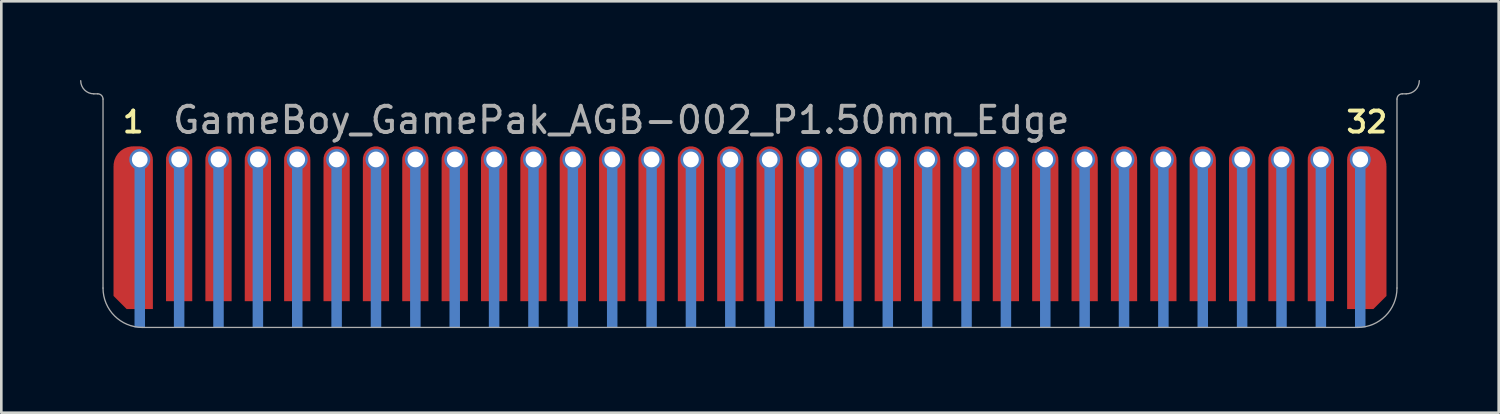
<source format=kicad_pcb>
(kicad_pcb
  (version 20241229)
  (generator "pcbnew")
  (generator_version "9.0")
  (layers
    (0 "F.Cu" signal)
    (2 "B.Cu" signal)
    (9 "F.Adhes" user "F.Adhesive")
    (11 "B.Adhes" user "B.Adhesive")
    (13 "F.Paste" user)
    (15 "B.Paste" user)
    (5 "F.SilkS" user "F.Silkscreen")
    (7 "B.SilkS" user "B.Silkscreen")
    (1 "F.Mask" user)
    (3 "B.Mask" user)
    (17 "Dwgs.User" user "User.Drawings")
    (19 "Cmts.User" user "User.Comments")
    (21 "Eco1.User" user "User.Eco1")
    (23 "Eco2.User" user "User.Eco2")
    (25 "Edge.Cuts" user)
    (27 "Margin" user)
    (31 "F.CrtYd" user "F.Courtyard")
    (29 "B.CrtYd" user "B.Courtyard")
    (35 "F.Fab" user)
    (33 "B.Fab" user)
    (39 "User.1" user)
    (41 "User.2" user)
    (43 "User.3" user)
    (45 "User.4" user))
  (footprint "GameBoy_GamePak_AGB-002_P1.50mm_Edge"
    (layer "F.Cu")
    (at 25.525 9.425)
    (property "Reference" "GameBoy_GamePak_AGB-002_P1.50mm_Edge" (at -22.075 -7.9 0) (layer "F.Fab") (effects (font (size 1 1) (thickness 0.15)) (justify left)))
    (attr through_hole)
    (fp_poly (pts (xy -22.25 -5.7) (xy -21.25 -5.7) (xy -21.25 -1) (xy -22.25 -1)) (stroke (width 0) (type solid)) (fill yes) (layer "F.Mask"))
    (fp_poly (pts (xy -20.75 -5.7) (xy -19.75 -5.7) (xy -19.75 -1) (xy -20.75 -1)) (stroke (width 0) (type solid)) (fill yes) (layer "F.Mask"))
    (fp_poly (pts (xy -19.25 -5.7) (xy -18.25 -5.7) (xy -18.25 -1) (xy -19.25 -1)) (stroke (width 0) (type solid)) (fill yes) (layer "F.Mask"))
    (fp_poly (pts (xy -17.75 -5.7) (xy -16.75 -5.7) (xy -16.75 -1) (xy -17.75 -1)) (stroke (width 0) (type solid)) (fill yes) (layer "F.Mask"))
    (fp_poly (pts (xy -16.25 -5.7) (xy -15.25 -5.7) (xy -15.25 -1) (xy -16.25 -1)) (stroke (width 0) (type solid)) (fill yes) (layer "F.Mask"))
    (fp_poly (pts (xy -14.75 -5.7) (xy -13.75 -5.7) (xy -13.75 -1) (xy -14.75 -1)) (stroke (width 0) (type solid)) (fill yes) (layer "F.Mask"))
    (fp_poly (pts (xy -13.25 -5.7) (xy -12.25 -5.7) (xy -12.25 -1) (xy -13.25 -1)) (stroke (width 0) (type solid)) (fill yes) (layer "F.Mask"))
    (fp_poly (pts (xy -11.75 -5.7) (xy -10.75 -5.7) (xy -10.75 -1) (xy -11.75 -1)) (stroke (width 0) (type solid)) (fill yes) (layer "F.Mask"))
    (fp_poly (pts (xy -10.25 -5.7) (xy -9.25 -5.7) (xy -9.25 -1) (xy -10.25 -1)) (stroke (width 0) (type solid)) (fill yes) (layer "F.Mask"))
    (fp_poly (pts (xy -8.75 -5.7) (xy -7.75 -5.7) (xy -7.75 -1) (xy -8.75 -1)) (stroke (width 0) (type solid)) (fill yes) (layer "F.Mask"))
    (fp_poly (pts (xy -7.25 -5.7) (xy -6.25 -5.7) (xy -6.25 -1) (xy -7.25 -1)) (stroke (width 0) (type solid)) (fill yes) (layer "F.Mask"))
    (fp_poly (pts (xy -5.75 -5.7) (xy -4.75 -5.7) (xy -4.75 -1) (xy -5.75 -1)) (stroke (width 0) (type solid)) (fill yes) (layer "F.Mask"))
    (fp_poly (pts (xy -4.25 -5.7) (xy -3.25 -5.7) (xy -3.25 -1) (xy -4.25 -1)) (stroke (width 0) (type solid)) (fill yes) (layer "F.Mask"))
    (fp_poly (pts (xy -2.75 -5.7) (xy -1.75 -5.7) (xy -1.75 -1) (xy -2.75 -1)) (stroke (width 0) (type solid)) (fill yes) (layer "F.Mask"))
    (fp_poly (pts (xy -1.25 -5.7) (xy -0.25 -5.7) (xy -0.25 -1) (xy -1.25 -1)) (stroke (width 0) (type solid)) (fill yes) (layer "F.Mask"))
    (fp_poly (pts (xy 0.25 -5.7) (xy 1.25 -5.7) (xy 1.25 -1) (xy 0.25 -1)) (stroke (width 0) (type solid)) (fill yes) (layer "F.Mask"))
    (fp_poly (pts (xy 1.75 -5.7) (xy 2.75 -5.7) (xy 2.75 -1) (xy 1.75 -1)) (stroke (width 0) (type solid)) (fill yes) (layer "F.Mask"))
    (fp_poly (pts (xy 3.25 -5.7) (xy 4.25 -5.7) (xy 4.25 -1) (xy 3.25 -1)) (stroke (width 0) (type solid)) (fill yes) (layer "F.Mask"))
    (fp_poly (pts (xy 4.75 -5.7) (xy 5.75 -5.7) (xy 5.75 -1) (xy 4.75 -1)) (stroke (width 0) (type solid)) (fill yes) (layer "F.Mask"))
    (fp_poly (pts (xy 6.25 -5.7) (xy 7.25 -5.7) (xy 7.25 -1) (xy 6.25 -1)) (stroke (width 0) (type solid)) (fill yes) (layer "F.Mask"))
    (fp_poly (pts (xy 7.75 -5.7) (xy 8.75 -5.7) (xy 8.75 -1) (xy 7.75 -1)) (stroke (width 0) (type solid)) (fill yes) (layer "F.Mask"))
    (fp_poly (pts (xy 9.25 -5.7) (xy 10.25 -5.7) (xy 10.25 -1) (xy 9.25 -1)) (stroke (width 0) (type solid)) (fill yes) (layer "F.Mask"))
    (fp_poly (pts (xy 10.75 -5.7) (xy 11.75 -5.7) (xy 11.75 -1) (xy 10.75 -1)) (stroke (width 0) (type solid)) (fill yes) (layer "F.Mask"))
    (fp_poly (pts (xy 12.25 -5.7) (xy 13.25 -5.7) (xy 13.25 -1) (xy 12.25 -1)) (stroke (width 0) (type solid)) (fill yes) (layer "F.Mask"))
    (fp_poly (pts (xy 13.75 -5.7) (xy 14.75 -5.7) (xy 14.75 -1) (xy 13.75 -1)) (stroke (width 0) (type solid)) (fill yes) (layer "F.Mask"))
    (fp_poly (pts (xy 15.25 -5.7) (xy 16.25 -5.7) (xy 16.25 -1) (xy 15.25 -1)) (stroke (width 0) (type solid)) (fill yes) (layer "F.Mask"))
    (fp_poly (pts (xy 16.75 -5.7) (xy 17.75 -5.7) (xy 17.75 -1) (xy 16.75 -1)) (stroke (width 0) (type solid)) (fill yes) (layer "F.Mask"))
    (fp_poly (pts (xy 18.25 -5.7) (xy 19.25 -5.7) (xy 19.25 -1) (xy 18.25 -1)) (stroke (width 0) (type solid)) (fill yes) (layer "F.Mask"))
    (fp_poly (pts (xy 19.75 -5.7) (xy 20.75 -5.7) (xy 20.75 -1) (xy 19.75 -1)) (stroke (width 0) (type solid)) (fill yes) (layer "F.Mask"))
    (fp_poly (pts (xy 21.25 -5.7) (xy 22.25 -5.7) (xy 22.25 -1) (xy 21.25 -1)) (stroke (width 0) (type solid)) (fill yes) (layer "F.Mask"))
    (fp_poly (pts (xy 24.9 0.25) (xy -24.9 0.25) (xy -24.9 -5.7) (xy 24.9 -5.7)) (stroke (width 0) (type solid)) (fill yes) (layer "F.Mask"))
    (fp_poly (pts (xy -24.25 -5.7) (xy -22.75 -5.7) (xy -22.75 -0.7) (xy -23.75 -0.7) (xy -24.25 -1.2)) (stroke (width 0) (type solid)) (fill yes) (layer "F.Mask"))
    (fp_poly (pts (xy 22.75 -5.7) (xy 24.25 -5.7) (xy 24.25 -1.2) (xy 23.75 -0.7) (xy 22.75 -0.7)) (stroke (width 0) (type solid)) (fill yes) (layer "F.Mask"))
    (fp_poly (pts (xy -23.05 0) (xy -23.45 0) (xy -23.45 -6.1) (xy -23.05 -6.1)) (stroke (width 0) (type solid)) (fill yes) (layer "B.Cu"))
    (fp_poly (pts (xy -21.55 0) (xy -21.95 0) (xy -21.95 -6.1) (xy -21.55 -6.1)) (stroke (width 0) (type solid)) (fill yes) (layer "B.Cu"))
    (fp_poly (pts (xy -20.05 0) (xy -20.45 0) (xy -20.45 -6.1) (xy -20.05 -6.1)) (stroke (width 0) (type solid)) (fill yes) (layer "B.Cu"))
    (fp_poly (pts (xy -18.55 0) (xy -18.95 0) (xy -18.95 -6.1) (xy -18.55 -6.1)) (stroke (width 0) (type solid)) (fill yes) (layer "B.Cu"))
    (fp_poly (pts (xy -17.05 0) (xy -17.45 0) (xy -17.45 -6.1) (xy -17.05 -6.1)) (stroke (width 0) (type solid)) (fill yes) (layer "B.Cu"))
    (fp_poly (pts (xy -15.55 0) (xy -15.95 0) (xy -15.95 -6.1) (xy -15.55 -6.1)) (stroke (width 0) (type solid)) (fill yes) (layer "B.Cu"))
    (fp_poly (pts (xy -14.05 0) (xy -14.45 0) (xy -14.45 -6.1) (xy -14.05 -6.1)) (stroke (width 0) (type solid)) (fill yes) (layer "B.Cu"))
    (fp_poly (pts (xy -12.55 0) (xy -12.95 0) (xy -12.95 -6.1) (xy -12.55 -6.1)) (stroke (width 0) (type solid)) (fill yes) (layer "B.Cu"))
    (fp_poly (pts (xy -11.05 0) (xy -11.45 0) (xy -11.45 -6.1) (xy -11.05 -6.1)) (stroke (width 0) (type solid)) (fill yes) (layer "B.Cu"))
    (fp_poly (pts (xy -9.55 0) (xy -9.95 0) (xy -9.95 -6.1) (xy -9.55 -6.1)) (stroke (width 0) (type solid)) (fill yes) (layer "B.Cu"))
    (fp_poly (pts (xy -8.05 0) (xy -8.45 0) (xy -8.45 -6.1) (xy -8.05 -6.1)) (stroke (width 0) (type solid)) (fill yes) (layer "B.Cu"))
    (fp_poly (pts (xy -6.55 0) (xy -6.95 0) (xy -6.95 -6.1) (xy -6.55 -6.1)) (stroke (width 0) (type solid)) (fill yes) (layer "B.Cu"))
    (fp_poly (pts (xy -5.05 0) (xy -5.45 0) (xy -5.45 -6.1) (xy -5.05 -6.1)) (stroke (width 0) (type solid)) (fill yes) (layer "B.Cu"))
    (fp_poly (pts (xy -3.55 0) (xy -3.95 0) (xy -3.95 -6.1) (xy -3.55 -6.1)) (stroke (width 0) (type solid)) (fill yes) (layer "B.Cu"))
    (fp_poly (pts (xy -2.05 0) (xy -2.45 0) (xy -2.45 -6.1) (xy -2.05 -6.1)) (stroke (width 0) (type solid)) (fill yes) (layer "B.Cu"))
    (fp_poly (pts (xy -0.55 0) (xy -0.95 0) (xy -0.95 -6.1) (xy -0.55 -6.1)) (stroke (width 0) (type solid)) (fill yes) (layer "B.Cu"))
    (fp_poly (pts (xy 0.95 0) (xy 0.55 0) (xy 0.55 -6.1) (xy 0.95 -6.1)) (stroke (width 0) (type solid)) (fill yes) (layer "B.Cu"))
    (fp_poly (pts (xy 2.45 0) (xy 2.05 0) (xy 2.05 -6.1) (xy 2.45 -6.1)) (stroke (width 0) (type solid)) (fill yes) (layer "B.Cu"))
    (fp_poly (pts (xy 3.95 0) (xy 3.55 0) (xy 3.55 -6.1) (xy 3.95 -6.1)) (stroke (width 0) (type solid)) (fill yes) (layer "B.Cu"))
    (fp_poly (pts (xy 5.45 0) (xy 5.05 0) (xy 5.05 -6.1) (xy 5.45 -6.1)) (stroke (width 0) (type solid)) (fill yes) (layer "B.Cu"))
    (fp_poly (pts (xy 6.95 0) (xy 6.55 0) (xy 6.55 -6.1) (xy 6.95 -6.1)) (stroke (width 0) (type solid)) (fill yes) (layer "B.Cu"))
    (fp_poly (pts (xy 8.45 0) (xy 8.05 0) (xy 8.05 -6.1) (xy 8.45 -6.1)) (stroke (width 0) (type solid)) (fill yes) (layer "B.Cu"))
    (fp_poly (pts (xy 9.95 0) (xy 9.55 0) (xy 9.55 -6.1) (xy 9.95 -6.1)) (stroke (width 0) (type solid)) (fill yes) (layer "B.Cu"))
    (fp_poly (pts (xy 11.45 0) (xy 11.05 0) (xy 11.05 -6.1) (xy 11.45 -6.1)) (stroke (width 0) (type solid)) (fill yes) (layer "B.Cu"))
    (fp_poly (pts (xy 12.95 0) (xy 12.55 0) (xy 12.55 -6.1) (xy 12.95 -6.1)) (stroke (width 0) (type solid)) (fill yes) (layer "B.Cu"))
    (fp_poly (pts (xy 14.45 0) (xy 14.05 0) (xy 14.05 -6.1) (xy 14.45 -6.1)) (stroke (width 0) (type solid)) (fill yes) (layer "B.Cu"))
    (fp_poly (pts (xy 15.95 0) (xy 15.55 0) (xy 15.55 -6.1) (xy 15.95 -6.1)) (stroke (width 0) (type solid)) (fill yes) (layer "B.Cu"))
    (fp_poly (pts (xy 17.45 0) (xy 17.05 0) (xy 17.05 -6.1) (xy 17.45 -6.1)) (stroke (width 0) (type solid)) (fill yes) (layer "B.Cu"))
    (fp_poly (pts (xy 18.95 0) (xy 18.55 0) (xy 18.55 -6.1) (xy 18.95 -6.1)) (stroke (width 0) (type solid)) (fill yes) (layer "B.Cu"))
    (fp_poly (pts (xy 20.45 0) (xy 20.05 0) (xy 20.05 -6.1) (xy 20.45 -6.1)) (stroke (width 0) (type solid)) (fill yes) (layer "B.Cu"))
    (fp_poly (pts (xy 21.95 0) (xy 21.55 0) (xy 21.55 -6.1) (xy 21.95 -6.1)) (stroke (width 0) (type solid)) (fill yes) (layer "B.Cu"))
    (fp_poly (pts (xy 23.45 0) (xy 23.05 0) (xy 23.05 -6.1) (xy 23.45 -6.1)) (stroke (width 0) (type solid)) (fill yes) (layer "B.Cu"))
    (fp_poly (pts (xy -23.85 0.25) (xy -24.9 0.25) (xy -24.9 -5.7) (xy -23.85 -5.7)) (stroke (width 0) (type solid)) (fill yes) (layer "B.Mask"))
    (fp_poly (pts (xy -22.35 0.25) (xy -22.65 0.25) (xy -22.65 -5.7) (xy -22.35 -5.7)) (stroke (width 0) (type solid)) (fill yes) (layer "B.Mask"))
    (fp_poly (pts (xy -20.85 0.25) (xy -21.15 0.25) (xy -21.15 -5.7) (xy -20.85 -5.7)) (stroke (width 0) (type solid)) (fill yes) (layer "B.Mask"))
    (fp_poly (pts (xy -19.35 0.25) (xy -19.65 0.25) (xy -19.65 -5.7) (xy -19.35 -5.7)) (stroke (width 0) (type solid)) (fill yes) (layer "B.Mask"))
    (fp_poly (pts (xy -17.85 0.25) (xy -18.15 0.25) (xy -18.15 -5.7) (xy -17.85 -5.7)) (stroke (width 0) (type solid)) (fill yes) (layer "B.Mask"))
    (fp_poly (pts (xy -16.35 0.25) (xy -16.65 0.25) (xy -16.65 -5.7) (xy -16.35 -5.7)) (stroke (width 0) (type solid)) (fill yes) (layer "B.Mask"))
    (fp_poly (pts (xy -14.85 0.25) (xy -15.15 0.25) (xy -15.15 -5.7) (xy -14.85 -5.7)) (stroke (width 0) (type solid)) (fill yes) (layer "B.Mask"))
    (fp_poly (pts (xy -13.35 0.25) (xy -13.65 0.25) (xy -13.65 -5.7) (xy -13.35 -5.7)) (stroke (width 0) (type solid)) (fill yes) (layer "B.Mask"))
    (fp_poly (pts (xy -11.85 0.25) (xy -12.15 0.25) (xy -12.15 -5.7) (xy -11.85 -5.7)) (stroke (width 0) (type solid)) (fill yes) (layer "B.Mask"))
    (fp_poly (pts (xy -10.35 0.25) (xy -10.65 0.25) (xy -10.65 -5.7) (xy -10.35 -5.7)) (stroke (width 0) (type solid)) (fill yes) (layer "B.Mask"))
    (fp_poly (pts (xy -8.85 0.25) (xy -9.15 0.25) (xy -9.15 -5.7) (xy -8.85 -5.7)) (stroke (width 0) (type solid)) (fill yes) (layer "B.Mask"))
    (fp_poly (pts (xy -7.35 0.25) (xy -7.65 0.25) (xy -7.65 -5.7) (xy -7.35 -5.7)) (stroke (width 0) (type solid)) (fill yes) (layer "B.Mask"))
    (fp_poly (pts (xy -5.85 0.25) (xy -6.15 0.25) (xy -6.15 -5.7) (xy -5.85 -5.7)) (stroke (width 0) (type solid)) (fill yes) (layer "B.Mask"))
    (fp_poly (pts (xy -4.35 0.25) (xy -4.65 0.25) (xy -4.65 -5.7) (xy -4.35 -5.7)) (stroke (width 0) (type solid)) (fill yes) (layer "B.Mask"))
    (fp_poly (pts (xy -2.85 0.25) (xy -3.15 0.25) (xy -3.15 -5.7) (xy -2.85 -5.7)) (stroke (width 0) (type solid)) (fill yes) (layer "B.Mask"))
    (fp_poly (pts (xy -1.35 0.25) (xy -1.65 0.25) (xy -1.65 -5.7) (xy -1.35 -5.7)) (stroke (width 0) (type solid)) (fill yes) (layer "B.Mask"))
    (fp_poly (pts (xy 0.15 0.25) (xy -0.15 0.25) (xy -0.15 -5.7) (xy 0.15 -5.7)) (stroke (width 0) (type solid)) (fill yes) (layer "B.Mask"))
    (fp_poly (pts (xy 1.65 0.25) (xy 1.35 0.25) (xy 1.35 -5.7) (xy 1.65 -5.7)) (stroke (width 0) (type solid)) (fill yes) (layer "B.Mask"))
    (fp_poly (pts (xy 3.15 0.25) (xy 2.85 0.25) (xy 2.85 -5.7) (xy 3.15 -5.7)) (stroke (width 0) (type solid)) (fill yes) (layer "B.Mask"))
    (fp_poly (pts (xy 4.65 0.25) (xy 4.35 0.25) (xy 4.35 -5.7) (xy 4.65 -5.7)) (stroke (width 0) (type solid)) (fill yes) (layer "B.Mask"))
    (fp_poly (pts (xy 6.15 0.25) (xy 5.85 0.25) (xy 5.85 -5.7) (xy 6.15 -5.7)) (stroke (width 0) (type solid)) (fill yes) (layer "B.Mask"))
    (fp_poly (pts (xy 7.65 0.25) (xy 7.35 0.25) (xy 7.35 -5.7) (xy 7.65 -5.7)) (stroke (width 0) (type solid)) (fill yes) (layer "B.Mask"))
    (fp_poly (pts (xy 9.15 0.25) (xy 8.85 0.25) (xy 8.85 -5.7) (xy 9.15 -5.7)) (stroke (width 0) (type solid)) (fill yes) (layer "B.Mask"))
    (fp_poly (pts (xy 10.65 0.25) (xy 10.35 0.25) (xy 10.35 -5.7) (xy 10.65 -5.7)) (stroke (width 0) (type solid)) (fill yes) (layer "B.Mask"))
    (fp_poly (pts (xy 12.15 0.25) (xy 11.85 0.25) (xy 11.85 -5.7) (xy 12.15 -5.7)) (stroke (width 0) (type solid)) (fill yes) (layer "B.Mask"))
    (fp_poly (pts (xy 13.65 0.25) (xy 13.35 0.25) (xy 13.35 -5.7) (xy 13.65 -5.7)) (stroke (width 0) (type solid)) (fill yes) (layer "B.Mask"))
    (fp_poly (pts (xy 15.15 0.25) (xy 14.85 0.25) (xy 14.85 -5.7) (xy 15.15 -5.7)) (stroke (width 0) (type solid)) (fill yes) (layer "B.Mask"))
    (fp_poly (pts (xy 16.65 0.25) (xy 16.35 0.25) (xy 16.35 -5.7) (xy 16.65 -5.7)) (stroke (width 0) (type solid)) (fill yes) (layer "B.Mask"))
    (fp_poly (pts (xy 18.15 0.25) (xy 17.85 0.25) (xy 17.85 -5.7) (xy 18.15 -5.7)) (stroke (width 0) (type solid)) (fill yes) (layer "B.Mask"))
    (fp_poly (pts (xy 19.65 0.25) (xy 19.35 0.25) (xy 19.35 -5.7) (xy 19.65 -5.7)) (stroke (width 0) (type solid)) (fill yes) (layer "B.Mask"))
    (fp_poly (pts (xy 21.15 0.25) (xy 20.85 0.25) (xy 20.85 -5.7) (xy 21.15 -5.7)) (stroke (width 0) (type solid)) (fill yes) (layer "B.Mask"))
    (fp_poly (pts (xy 22.65 0.25) (xy 22.35 0.25) (xy 22.35 -5.7) (xy 22.65 -5.7)) (stroke (width 0) (type solid)) (fill yes) (layer "B.Mask"))
    (fp_poly (pts (xy 24.9 0.25) (xy 23.85 0.25) (xy 23.85 -5.7) (xy 24.9 -5.7)) (stroke (width 0) (type solid)) (fill yes) (layer "B.Mask"))
    (fp_line (start -24.85 -8.9) (end -25 -8.9) (stroke (width 0.05) (type solid)) (layer "F.Fab"))
    (fp_line (start -24.65 -1.5) (end -24.65 -8.7) (stroke (width 0.05) (type solid)) (layer "F.Fab"))
    (fp_line (start -23.15 0) (end 23.15 0) (stroke (width 0.05) (type solid)) (layer "F.Fab"))
    (fp_line (start 24.65 -8.7) (end 24.65 -1.5) (stroke (width 0.05) (type solid)) (layer "F.Fab"))
    (fp_line (start 25 -8.9) (end 24.85 -8.9) (stroke (width 0.05) (type solid)) (layer "F.Fab"))
    (fp_arc (start -25 -8.9) (mid -25.353553 -9.046447) (end -25.5 -9.4) (stroke (width 0.05) (type solid)) (layer "F.Fab"))
    (fp_arc (start -24.85 -8.9) (mid -24.708579 -8.841421) (end -24.65 -8.7) (stroke (width 0.05) (type solid)) (layer "F.Fab"))
    (fp_arc (start -23.15 0) (mid -24.21066 -0.43934) (end -24.65 -1.5) (stroke (width 0.05) (type solid)) (layer "F.Fab"))
    (fp_arc (start 24.65 -8.7) (mid 24.708579 -8.841421) (end 24.85 -8.9) (stroke (width 0.05) (type solid)) (layer "F.Fab"))
    (fp_arc (start 24.65 -1.5) (mid 24.21066 -0.43934) (end 23.15 0) (stroke (width 0.05) (type solid)) (layer "F.Fab"))
    (fp_arc (start 25.5 -9.4) (mid 25.353553 -9.046447) (end 25 -8.9) (stroke (width 0.05) (type solid)) (layer "F.Fab"))
    (fp_text user "1" (at -23.5 -7.825 0) (layer "F.SilkS") (effects (font (size 0.8 0.8) (thickness 0.15))))
    (fp_text user "32" (at 23.5 -7.825 0) (layer "F.SilkS") (effects (font (size 0.8 0.8) (thickness 0.15))))
    (pad "1" thru_hole circle (at -23.25 -6.4) (size 0.8 0.8) (drill 0.6) (layers "*.Cu" "*.Mask"))
    (pad "1" connect custom (at -23.25 -6.4) (size 0.8 0.8) (layers "F.Cu") (options (anchor circle)) (primitives (gr_line (start -0.25 -0.45) (end 0 -0.45) (width 0.1)) (gr_circle (center 0 0) (end 0.25 0) (width 0.5) (fill no)) (gr_poly (pts (xy -1 5.2) (xy -1 0.25) (xy 0.5 0.25) (xy 0.5 5.7) (xy -0.5 5.7)) (width 0) (fill yes)) (gr_circle (center -0.25 0.25) (end 0.125 0.25) (width 0.75) (fill no)) (gr_line (start 0.45 0) (end 0.45 0.25) (width 0.1))))
    (pad "2" thru_hole circle (at -21.75 -6.4) (size 0.8 0.8) (drill 0.6) (layers "*.Cu" "*.Mask"))
    (pad "2" connect custom (at -21.75 -6.4) (size 0.8 0.8) (layers "F.Cu") (options (anchor circle)) (primitives (gr_poly (pts (xy -0.5 5.4) (xy 0.5 5.4) (xy 0.5 0) (xy -0.5 0)) (width 0) (fill yes)) (gr_circle (center -0.001 0) (end 0.25 0) (width 0.5) (fill no))))
    (pad "3" thru_hole circle (at -20.25 -6.4) (size 0.8 0.8) (drill 0.6) (layers "*.Cu" "*.Mask"))
    (pad "3" connect custom (at -20.25 -6.4) (size 0.8 0.8) (layers "F.Cu") (options (anchor circle)) (primitives (gr_poly (pts (xy -0.5 5.4) (xy 0.5 5.4) (xy 0.5 0) (xy -0.5 0)) (width 0) (fill yes)) (gr_circle (center -0.001 0) (end 0.25 0) (width 0.5) (fill no))))
    (pad "4" thru_hole circle (at -18.75 -6.4) (size 0.8 0.8) (drill 0.6) (layers "*.Cu" "*.Mask"))
    (pad "4" connect custom (at -18.75 -6.4) (size 0.8 0.8) (layers "F.Cu") (options (anchor circle)) (primitives (gr_poly (pts (xy -0.5 5.4) (xy 0.5 5.4) (xy 0.5 0) (xy -0.5 0)) (width 0) (fill yes)) (gr_circle (center -0.001 0) (end 0.25 0) (width 0.5) (fill no))))
    (pad "5" thru_hole circle (at -17.25 -6.4) (size 0.8 0.8) (drill 0.6) (layers "*.Cu" "*.Mask"))
    (pad "5" connect custom (at -17.25 -6.4) (size 0.8 0.8) (layers "F.Cu") (options (anchor circle)) (primitives (gr_poly (pts (xy -0.5 5.4) (xy 0.5 5.4) (xy 0.5 0) (xy -0.5 0)) (width 0) (fill yes)) (gr_circle (center -0.001 0) (end 0.25 0) (width 0.5) (fill no))))
    (pad "6" thru_hole circle (at -15.75 -6.4) (size 0.8 0.8) (drill 0.6) (layers "*.Cu" "*.Mask"))
    (pad "6" connect custom (at -15.75 -6.4) (size 0.8 0.8) (layers "F.Cu") (options (anchor circle)) (primitives (gr_poly (pts (xy -0.5 5.4) (xy 0.5 5.4) (xy 0.5 0) (xy -0.5 0)) (width 0) (fill yes)) (gr_circle (center -0.001 0) (end 0.25 0) (width 0.5) (fill no))))
    (pad "7" thru_hole circle (at -14.25 -6.4) (size 0.8 0.8) (drill 0.6) (layers "*.Cu" "*.Mask"))
    (pad "7" connect custom (at -14.25 -6.4) (size 0.8 0.8) (layers "F.Cu") (options (anchor circle)) (primitives (gr_poly (pts (xy -0.5 5.4) (xy 0.5 5.4) (xy 0.5 0) (xy -0.5 0)) (width 0) (fill yes)) (gr_circle (center -0.001 0) (end 0.25 0) (width 0.5) (fill no))))
    (pad "8" thru_hole circle (at -12.75 -6.4) (size 0.8 0.8) (drill 0.6) (layers "*.Cu" "*.Mask"))
    (pad "8" connect custom (at -12.75 -6.4) (size 0.8 0.8) (layers "F.Cu") (options (anchor circle)) (primitives (gr_poly (pts (xy -0.5 5.4) (xy 0.5 5.4) (xy 0.5 0) (xy -0.5 0)) (width 0) (fill yes)) (gr_circle (center -0.001 0) (end 0.25 0) (width 0.5) (fill no))))
    (pad "9" thru_hole circle (at -11.25 -6.4) (size 0.8 0.8) (drill 0.6) (layers "*.Cu" "*.Mask"))
    (pad "9" connect custom (at -11.25 -6.4) (size 0.8 0.8) (layers "F.Cu") (options (anchor circle)) (primitives (gr_poly (pts (xy -0.5 5.4) (xy 0.5 5.4) (xy 0.5 0) (xy -0.5 0)) (width 0) (fill yes)) (gr_circle (center -0.001 0) (end 0.25 0) (width 0.5) (fill no))))
    (pad "10" thru_hole circle (at -9.75 -6.4) (size 0.8 0.8) (drill 0.6) (layers "*.Cu" "*.Mask"))
    (pad "10" connect custom (at -9.75 -6.4) (size 0.8 0.8) (layers "F.Cu") (options (anchor circle)) (primitives (gr_poly (pts (xy -0.5 5.4) (xy 0.5 5.4) (xy 0.5 0) (xy -0.5 0)) (width 0) (fill yes)) (gr_circle (center -0.001 0) (end 0.25 0) (width 0.5) (fill no))))
    (pad "11" thru_hole circle (at -8.25 -6.4) (size 0.8 0.8) (drill 0.6) (layers "*.Cu" "*.Mask"))
    (pad "11" connect custom (at -8.25 -6.4) (size 0.8 0.8) (layers "F.Cu") (options (anchor circle)) (primitives (gr_poly (pts (xy -0.5 5.4) (xy 0.5 5.4) (xy 0.5 0) (xy -0.5 0)) (width 0) (fill yes)) (gr_circle (center -0.001 0) (end 0.25 0) (width 0.5) (fill no))))
    (pad "12" thru_hole circle (at -6.75 -6.4) (size 0.8 0.8) (drill 0.6) (layers "*.Cu" "*.Mask"))
    (pad "12" connect custom (at -6.75 -6.4) (size 0.8 0.8) (layers "F.Cu") (options (anchor circle)) (primitives (gr_poly (pts (xy -0.5 5.4) (xy 0.5 5.4) (xy 0.5 0) (xy -0.5 0)) (width 0) (fill yes)) (gr_circle (center -0.001 0) (end 0.25 0) (width 0.5) (fill no))))
    (pad "13" thru_hole circle (at -5.25 -6.4) (size 0.8 0.8) (drill 0.6) (layers "*.Cu" "*.Mask"))
    (pad "13" connect custom (at -5.25 -6.4) (size 0.8 0.8) (layers "F.Cu") (options (anchor circle)) (primitives (gr_poly (pts (xy -0.5 5.4) (xy 0.5 5.4) (xy 0.5 0) (xy -0.5 0)) (width 0) (fill yes)) (gr_circle (center -0.001 0) (end 0.25 0) (width 0.5) (fill no))))
    (pad "14" thru_hole circle (at -3.75 -6.4) (size 0.8 0.8) (drill 0.6) (layers "*.Cu" "*.Mask"))
    (pad "14" connect custom (at -3.75 -6.4) (size 0.8 0.8) (layers "F.Cu") (options (anchor circle)) (primitives (gr_poly (pts (xy -0.5 5.4) (xy 0.5 5.4) (xy 0.5 0) (xy -0.5 0)) (width 0) (fill yes)) (gr_circle (center -0.001 0) (end 0.25 0) (width 0.5) (fill no))))
    (pad "15" thru_hole circle (at -2.25 -6.4) (size 0.8 0.8) (drill 0.6) (layers "*.Cu" "*.Mask"))
    (pad "15" connect custom (at -2.25 -6.4) (size 0.8 0.8) (layers "F.Cu") (options (anchor circle)) (primitives (gr_poly (pts (xy -0.5 5.4) (xy 0.5 5.4) (xy 0.5 0) (xy -0.5 0)) (width 0) (fill yes)) (gr_circle (center -0.001 0) (end 0.25 0) (width 0.5) (fill no))))
    (pad "16" thru_hole circle (at -0.75 -6.4) (size 0.8 0.8) (drill 0.6) (layers "*.Cu" "*.Mask"))
    (pad "16" connect custom (at -0.75 -6.4) (size 0.8 0.8) (layers "F.Cu") (options (anchor circle)) (primitives (gr_poly (pts (xy -0.5 5.4) (xy 0.5 5.4) (xy 0.5 0) (xy -0.5 0)) (width 0) (fill yes)) (gr_circle (center -0.001 0) (end 0.25 0) (width 0.5) (fill no))))
    (pad "17" thru_hole circle (at 0.75 -6.4) (size 0.8 0.8) (drill 0.6) (layers "*.Cu" "*.Mask"))
    (pad "17" connect custom (at 0.75 -6.4) (size 0.8 0.8) (layers "F.Cu") (options (anchor circle)) (primitives (gr_poly (pts (xy -0.5 5.4) (xy 0.5 5.4) (xy 0.5 0) (xy -0.5 0)) (width 0) (fill yes)) (gr_circle (center -0.001 0) (end 0.25 0) (width 0.5) (fill no))))
    (pad "18" thru_hole circle (at 2.25 -6.4) (size 0.8 0.8) (drill 0.6) (layers "*.Cu" "*.Mask"))
    (pad "18" connect custom (at 2.25 -6.4) (size 0.8 0.8) (layers "F.Cu") (options (anchor circle)) (primitives (gr_poly (pts (xy -0.5 5.4) (xy 0.5 5.4) (xy 0.5 0) (xy -0.5 0)) (width 0) (fill yes)) (gr_circle (center -0.001 0) (end 0.25 0) (width 0.5) (fill no))))
    (pad "19" thru_hole circle (at 3.75 -6.4) (size 0.8 0.8) (drill 0.6) (layers "*.Cu" "*.Mask"))
    (pad "19" connect custom (at 3.75 -6.4) (size 0.8 0.8) (layers "F.Cu") (options (anchor circle)) (primitives (gr_poly (pts (xy -0.5 5.4) (xy 0.5 5.4) (xy 0.5 0) (xy -0.5 0)) (width 0) (fill yes)) (gr_circle (center -0.001 0) (end 0.25 0) (width 0.5) (fill no))))
    (pad "20" thru_hole circle (at 5.25 -6.4) (size 0.8 0.8) (drill 0.6) (layers "*.Cu" "*.Mask"))
    (pad "20" connect custom (at 5.25 -6.4) (size 0.8 0.8) (layers "F.Cu") (options (anchor circle)) (primitives (gr_poly (pts (xy -0.5 5.4) (xy 0.5 5.4) (xy 0.5 0) (xy -0.5 0)) (width 0) (fill yes)) (gr_circle (center -0.001 0) (end 0.25 0) (width 0.5) (fill no))))
    (pad "21" thru_hole circle (at 6.75 -6.4) (size 0.8 0.8) (drill 0.6) (layers "*.Cu" "*.Mask"))
    (pad "21" connect custom (at 6.75 -6.4) (size 0.8 0.8) (layers "F.Cu") (options (anchor circle)) (primitives (gr_poly (pts (xy -0.5 5.4) (xy 0.5 5.4) (xy 0.5 0) (xy -0.5 0)) (width 0) (fill yes)) (gr_circle (center -0.001 0) (end 0.25 0) (width 0.5) (fill no))))
    (pad "22" thru_hole circle (at 8.25 -6.4) (size 0.8 0.8) (drill 0.6) (layers "*.Cu" "*.Mask"))
    (pad "22" connect custom (at 8.25 -6.4) (size 0.8 0.8) (layers "F.Cu") (options (anchor circle)) (primitives (gr_poly (pts (xy -0.5 5.4) (xy 0.5 5.4) (xy 0.5 0) (xy -0.5 0)) (width 0) (fill yes)) (gr_circle (center -0.001 0) (end 0.25 0) (width 0.5) (fill no))))
    (pad "23" thru_hole circle (at 9.75 -6.4) (size 0.8 0.8) (drill 0.6) (layers "*.Cu" "*.Mask"))
    (pad "23" connect custom (at 9.75 -6.4) (size 0.8 0.8) (layers "F.Cu") (options (anchor circle)) (primitives (gr_poly (pts (xy -0.5 5.4) (xy 0.5 5.4) (xy 0.5 0) (xy -0.5 0)) (width 0) (fill yes)) (gr_circle (center -0.001 0) (end 0.25 0) (width 0.5) (fill no))))
    (pad "24" thru_hole circle (at 11.25 -6.4) (size 0.8 0.8) (drill 0.6) (layers "*.Cu" "*.Mask"))
    (pad "24" connect custom (at 11.25 -6.4) (size 0.8 0.8) (layers "F.Cu") (options (anchor circle)) (primitives (gr_poly (pts (xy -0.5 5.4) (xy 0.5 5.4) (xy 0.5 0) (xy -0.5 0)) (width 0) (fill yes)) (gr_circle (center -0.001 0) (end 0.25 0) (width 0.5) (fill no))))
    (pad "25" thru_hole circle (at 12.75 -6.4) (size 0.8 0.8) (drill 0.6) (layers "*.Cu" "*.Mask"))
    (pad "25" connect custom (at 12.75 -6.4) (size 0.8 0.8) (layers "F.Cu") (options (anchor circle)) (primitives (gr_poly (pts (xy -0.5 5.4) (xy 0.5 5.4) (xy 0.5 0) (xy -0.5 0)) (width 0) (fill yes)) (gr_circle (center -0.001 0) (end 0.25 0) (width 0.5) (fill no))))
    (pad "26" thru_hole circle (at 14.25 -6.4) (size 0.8 0.8) (drill 0.6) (layers "*.Cu" "*.Mask"))
    (pad "26" connect custom (at 14.25 -6.4) (size 0.8 0.8) (layers "F.Cu") (options (anchor circle)) (primitives (gr_poly (pts (xy -0.5 5.4) (xy 0.5 5.4) (xy 0.5 0) (xy -0.5 0)) (width 0) (fill yes)) (gr_circle (center -0.001 0) (end 0.25 0) (width 0.5) (fill no))))
    (pad "27" thru_hole circle (at 15.75 -6.4) (size 0.8 0.8) (drill 0.6) (layers "*.Cu" "*.Mask"))
    (pad "27" connect custom (at 15.75 -6.4) (size 0.8 0.8) (layers "F.Cu") (options (anchor circle)) (primitives (gr_poly (pts (xy -0.5 5.4) (xy 0.5 5.4) (xy 0.5 0) (xy -0.5 0)) (width 0) (fill yes)) (gr_circle (center -0.001 0) (end 0.25 0) (width 0.5) (fill no))))
    (pad "28" thru_hole circle (at 17.25 -6.4) (size 0.8 0.8) (drill 0.6) (layers "*.Cu" "*.Mask"))
    (pad "28" connect custom (at 17.25 -6.4) (size 0.8 0.8) (layers "F.Cu") (options (anchor circle)) (primitives (gr_poly (pts (xy -0.5 5.4) (xy 0.5 5.4) (xy 0.5 0) (xy -0.5 0)) (width 0) (fill yes)) (gr_circle (center -0.001 0) (end 0.25 0) (width 0.5) (fill no))))
    (pad "29" thru_hole circle (at 18.75 -6.4) (size 0.8 0.8) (drill 0.6) (layers "*.Cu" "*.Mask"))
    (pad "29" connect custom (at 18.75 -6.4) (size 0.8 0.8) (layers "F.Cu") (options (anchor circle)) (primitives (gr_poly (pts (xy -0.5 5.4) (xy 0.5 5.4) (xy 0.5 0) (xy -0.5 0)) (width 0) (fill yes)) (gr_circle (center -0.001 0) (end 0.25 0) (width 0.5) (fill no))))
    (pad "30" thru_hole circle (at 20.25 -6.4) (size 0.8 0.8) (drill 0.6) (layers "*.Cu" "*.Mask"))
    (pad "30" connect custom (at 20.25 -6.4) (size 0.8 0.8) (layers "F.Cu") (options (anchor circle)) (primitives (gr_poly (pts (xy -0.5 5.4) (xy 0.5 5.4) (xy 0.5 0) (xy -0.5 0)) (width 0) (fill yes)) (gr_circle (center -0.001 0) (end 0.25 0) (width 0.5) (fill no))))
    (pad "31" thru_hole circle (at 21.75 -6.4) (size 0.8 0.8) (drill 0.6) (layers "*.Cu" "*.Mask"))
    (pad "31" connect custom (at 21.75 -6.4) (size 0.8 0.8) (layers "F.Cu") (options (anchor circle)) (primitives (gr_poly (pts (xy -0.5 5.4) (xy 0.5 5.4) (xy 0.5 0) (xy -0.5 0)) (width 0) (fill yes)) (gr_circle (center -0.001 0) (end 0.25 0) (width 0.5) (fill no))))
    (pad "32" thru_hole circle (at 23.25 -6.4) (size 0.8 0.8) (drill 0.6) (layers "*.Cu" "*.Mask"))
    (pad "32" connect custom (at 23.25 -6.4) (size 0.8 0.8) (layers "F.Cu") (options (anchor circle)) (primitives (gr_line (start 0 -0.45) (end 0.25 -0.45) (width 0.1)) (gr_poly (pts (xy -0.5 5.7) (xy -0.5 0.25) (xy 1 0.25) (xy 1 5.2) (xy 0.5 5.7)) (width 0) (fill yes)) (gr_circle (center 0.25 0.25) (end 0.625 0.25) (width 0.75) (fill no)) (gr_circle (center 0 0) (end 0.25 0) (width 0.5) (fill no)) (gr_line (start -0.45 0) (end -0.45 0.25) (width 0.1)))))
  (gr_rect
    (start -3 -3)
    (end 54.05 12.675)
    (stroke (width 0.1) (type default))
    (fill no)
    (layer "Edge.Cuts")))
</source>
